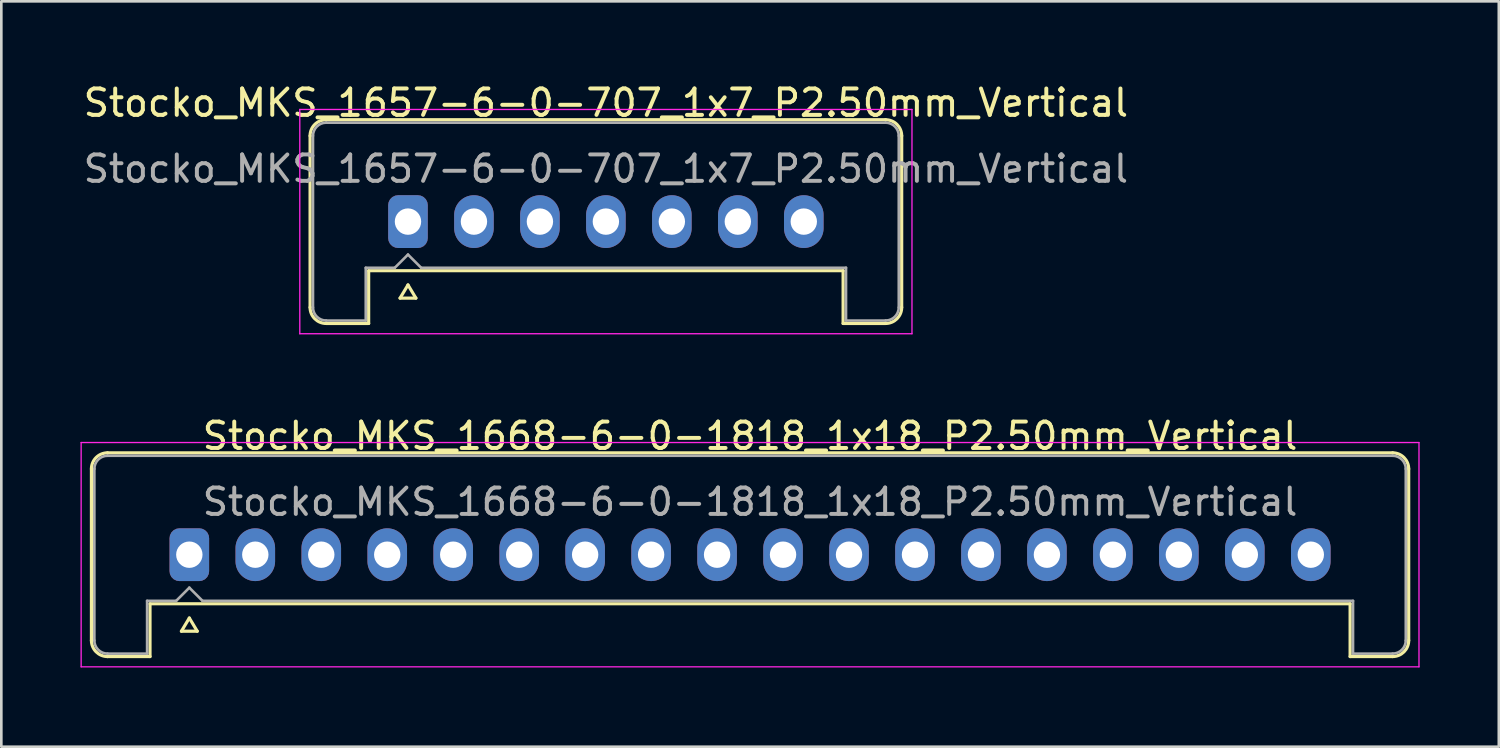
<source format=kicad_pcb>
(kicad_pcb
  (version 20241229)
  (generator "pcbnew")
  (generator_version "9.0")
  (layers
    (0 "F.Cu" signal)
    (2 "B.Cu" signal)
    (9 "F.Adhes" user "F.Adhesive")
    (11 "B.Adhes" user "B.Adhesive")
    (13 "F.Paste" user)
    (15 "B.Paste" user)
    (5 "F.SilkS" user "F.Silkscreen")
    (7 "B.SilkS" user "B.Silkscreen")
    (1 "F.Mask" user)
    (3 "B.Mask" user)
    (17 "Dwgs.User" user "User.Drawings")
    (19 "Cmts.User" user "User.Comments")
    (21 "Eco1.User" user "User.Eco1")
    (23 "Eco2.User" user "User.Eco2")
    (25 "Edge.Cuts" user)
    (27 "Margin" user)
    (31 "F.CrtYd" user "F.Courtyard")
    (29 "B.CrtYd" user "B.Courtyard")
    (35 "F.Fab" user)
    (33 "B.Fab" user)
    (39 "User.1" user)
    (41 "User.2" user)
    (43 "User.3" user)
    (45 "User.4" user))
  (footprint "Stocko_MKS_1668-6-0-1818_1x18_P2.50mm_Vertical"
    (layer "F.Cu")
    (at 4.125 17.971)
    (property "Reference" "Stocko_MKS_1668-6-0-1818_1x18_P2.50mm_Vertical" (at 21.25 -4.5 0) (layer "F.SilkS") (effects (font (size 1 1) (thickness 0.15))))
    (attr through_hole)
    (fp_line (start -3.71 -3.25) (end -3.71 3.25) (stroke (width 0.12) (type solid)) (layer "F.SilkS"))
    (fp_line (start -3.1 -3.86) (end 45.6 -3.86) (stroke (width 0.12) (type solid)) (layer "F.SilkS"))
    (fp_line (start -3.1 3.86) (end -1.49 3.86) (stroke (width 0.12) (type solid)) (layer "F.SilkS"))
    (fp_line (start -1.49 1.86) (end 43.99 1.86) (stroke (width 0.12) (type solid)) (layer "F.SilkS"))
    (fp_line (start -1.49 3.86) (end -1.49 1.86) (stroke (width 0.12) (type solid)) (layer "F.SilkS"))
    (fp_line (start -0.3 2.9) (end 0.3 2.9) (stroke (width 0.12) (type solid)) (layer "F.SilkS"))
    (fp_line (start 0 2.4) (end -0.3 2.9) (stroke (width 0.12) (type solid)) (layer "F.SilkS"))
    (fp_line (start 0.3 2.9) (end 0 2.4) (stroke (width 0.12) (type solid)) (layer "F.SilkS"))
    (fp_line (start 43.99 3.86) (end 43.99 1.86) (stroke (width 0.12) (type solid)) (layer "F.SilkS"))
    (fp_line (start 45.6 3.86) (end 43.99 3.86) (stroke (width 0.12) (type solid)) (layer "F.SilkS"))
    (fp_line (start 46.21 -3.25) (end 46.21 3.25) (stroke (width 0.12) (type solid)) (layer "F.SilkS"))
    (fp_arc (start -3.71 -3.25) (mid -3.531335 -3.681335) (end -3.1 -3.86) (stroke (width 0.12) (type solid)) (layer "F.SilkS"))
    (fp_arc (start -3.1 3.86) (mid -3.531335 3.681335) (end -3.71 3.25) (stroke (width 0.12) (type solid)) (layer "F.SilkS"))
    (fp_arc (start 45.6 -3.86) (mid 46.031335 -3.681335) (end 46.21 -3.25) (stroke (width 0.12) (type solid)) (layer "F.SilkS"))
    (fp_arc (start 46.21 3.25) (mid 46.031335 3.681335) (end 45.6 3.86) (stroke (width 0.12) (type solid)) (layer "F.SilkS"))
    (fp_line (start -4.1 -4.25) (end -4.1 4.25) (stroke (width 0.05) (type solid)) (layer "F.CrtYd"))
    (fp_line (start -4.1 4.25) (end 46.6 4.25) (stroke (width 0.05) (type solid)) (layer "F.CrtYd"))
    (fp_line (start 46.6 -4.25) (end -4.1 -4.25) (stroke (width 0.05) (type solid)) (layer "F.CrtYd"))
    (fp_line (start 46.6 4.25) (end 46.6 -4.25) (stroke (width 0.05) (type solid)) (layer "F.CrtYd"))
    (fp_line (start -3.6 -3.25) (end -3.6 3.25) (stroke (width 0.1) (type solid)) (layer "F.Fab"))
    (fp_line (start -3.1 -3.75) (end 45.6 -3.75) (stroke (width 0.1) (type solid)) (layer "F.Fab"))
    (fp_line (start -3.1 3.75) (end -1.6 3.75) (stroke (width 0.1) (type solid)) (layer "F.Fab"))
    (fp_line (start -1.6 1.75) (end -0.5 1.75) (stroke (width 0.1) (type solid)) (layer "F.Fab"))
    (fp_line (start -1.6 3.75) (end -1.6 1.75) (stroke (width 0.1) (type solid)) (layer "F.Fab"))
    (fp_line (start -0.5 1.75) (end 0 1.25) (stroke (width 0.1) (type solid)) (layer "F.Fab"))
    (fp_line (start 0 1.25) (end 0.5 1.75) (stroke (width 0.1) (type solid)) (layer "F.Fab"))
    (fp_line (start 0.5 1.75) (end 44.1 1.75) (stroke (width 0.1) (type solid)) (layer "F.Fab"))
    (fp_line (start 44.1 3.75) (end 44.1 1.75) (stroke (width 0.1) (type solid)) (layer "F.Fab"))
    (fp_line (start 45.6 3.75) (end 44.1 3.75) (stroke (width 0.1) (type solid)) (layer "F.Fab"))
    (fp_line (start 46.1 -3.25) (end 46.1 3.25) (stroke (width 0.1) (type solid)) (layer "F.Fab"))
    (fp_arc (start -3.6 -3.25) (mid -3.453553 -3.603553) (end -3.1 -3.75) (stroke (width 0.1) (type solid)) (layer "F.Fab"))
    (fp_arc (start -3.1 3.75) (mid -3.453553 3.603553) (end -3.6 3.25) (stroke (width 0.1) (type solid)) (layer "F.Fab"))
    (fp_arc (start 45.6 -3.75) (mid 45.953553 -3.603553) (end 46.1 -3.25) (stroke (width 0.1) (type solid)) (layer "F.Fab"))
    (fp_arc (start 46.1 3.25) (mid 45.953553 3.603553) (end 45.6 3.75) (stroke (width 0.1) (type solid)) (layer "F.Fab"))
    (fp_text user "${REFERENCE}" (at 21.25 -2 0) (layer "F.Fab") (effects (font (size 1 1) (thickness 0.15))))
    (pad "1" thru_hole roundrect (at 0 0) (size 1.5 2) (drill 1) (layers "*.Cu" "*.Mask") (roundrect_rratio 0.25))
    (pad "2" thru_hole oval (at 2.5 0) (size 1.5 2) (drill 1) (layers "*.Cu" "*.Mask"))
    (pad "3" thru_hole oval (at 5 0) (size 1.5 2) (drill 1) (layers "*.Cu" "*.Mask"))
    (pad "4" thru_hole oval (at 7.5 0) (size 1.5 2) (drill 1) (layers "*.Cu" "*.Mask"))
    (pad "5" thru_hole oval (at 10 0) (size 1.5 2) (drill 1) (layers "*.Cu" "*.Mask"))
    (pad "6" thru_hole oval (at 12.5 0) (size 1.5 2) (drill 1) (layers "*.Cu" "*.Mask"))
    (pad "7" thru_hole oval (at 15 0) (size 1.5 2) (drill 1) (layers "*.Cu" "*.Mask"))
    (pad "8" thru_hole oval (at 17.5 0) (size 1.5 2) (drill 1) (layers "*.Cu" "*.Mask"))
    (pad "9" thru_hole oval (at 20 0) (size 1.5 2) (drill 1) (layers "*.Cu" "*.Mask"))
    (pad "10" thru_hole oval (at 22.5 0) (size 1.5 2) (drill 1) (layers "*.Cu" "*.Mask"))
    (pad "11" thru_hole oval (at 25 0) (size 1.5 2) (drill 1) (layers "*.Cu" "*.Mask"))
    (pad "12" thru_hole oval (at 27.5 0) (size 1.5 2) (drill 1) (layers "*.Cu" "*.Mask"))
    (pad "13" thru_hole oval (at 30 0) (size 1.5 2) (drill 1) (layers "*.Cu" "*.Mask"))
    (pad "14" thru_hole oval (at 32.5 0) (size 1.5 2) (drill 1) (layers "*.Cu" "*.Mask"))
    (pad "15" thru_hole oval (at 35 0) (size 1.5 2) (drill 1) (layers "*.Cu" "*.Mask"))
    (pad "16" thru_hole oval (at 37.5 0) (size 1.5 2) (drill 1) (layers "*.Cu" "*.Mask"))
    (pad "17" thru_hole oval (at 40 0) (size 1.5 2) (drill 1) (layers "*.Cu" "*.Mask"))
    (pad "18" thru_hole oval (at 42.5 0) (size 1.5 2) (drill 1) (layers "*.Cu" "*.Mask")))
  (footprint "Stocko_MKS_1657-6-0-707_1x7_P2.50mm_Vertical"
    (layer "F.Cu")
    (at 12.411 5.348)
    (property "Reference" "Stocko_MKS_1657-6-0-707_1x7_P2.50mm_Vertical" (at 7.5 -4.5 0) (layer "F.SilkS") (effects (font (size 1 1) (thickness 0.15))))
    (attr through_hole)
    (fp_line (start -3.71 -3.25) (end -3.71 3.25) (stroke (width 0.12) (type solid)) (layer "F.SilkS"))
    (fp_line (start -3.1 -3.86) (end 18.1 -3.86) (stroke (width 0.12) (type solid)) (layer "F.SilkS"))
    (fp_line (start -3.1 3.86) (end -1.49 3.86) (stroke (width 0.12) (type solid)) (layer "F.SilkS"))
    (fp_line (start -1.49 1.86) (end 16.49 1.86) (stroke (width 0.12) (type solid)) (layer "F.SilkS"))
    (fp_line (start -1.49 3.86) (end -1.49 1.86) (stroke (width 0.12) (type solid)) (layer "F.SilkS"))
    (fp_line (start -0.3 2.9) (end 0.3 2.9) (stroke (width 0.12) (type solid)) (layer "F.SilkS"))
    (fp_line (start 0 2.4) (end -0.3 2.9) (stroke (width 0.12) (type solid)) (layer "F.SilkS"))
    (fp_line (start 0.3 2.9) (end 0 2.4) (stroke (width 0.12) (type solid)) (layer "F.SilkS"))
    (fp_line (start 16.49 3.86) (end 16.49 1.86) (stroke (width 0.12) (type solid)) (layer "F.SilkS"))
    (fp_line (start 18.1 3.86) (end 16.49 3.86) (stroke (width 0.12) (type solid)) (layer "F.SilkS"))
    (fp_line (start 18.71 -3.25) (end 18.71 3.25) (stroke (width 0.12) (type solid)) (layer "F.SilkS"))
    (fp_arc (start -3.71 -3.25) (mid -3.531335 -3.681335) (end -3.1 -3.86) (stroke (width 0.12) (type solid)) (layer "F.SilkS"))
    (fp_arc (start -3.1 3.86) (mid -3.531335 3.681335) (end -3.71 3.25) (stroke (width 0.12) (type solid)) (layer "F.SilkS"))
    (fp_arc (start 18.1 -3.86) (mid 18.531335 -3.681335) (end 18.71 -3.25) (stroke (width 0.12) (type solid)) (layer "F.SilkS"))
    (fp_arc (start 18.71 3.25) (mid 18.531335 3.681335) (end 18.1 3.86) (stroke (width 0.12) (type solid)) (layer "F.SilkS"))
    (fp_line (start -4.1 -4.25) (end -4.1 4.25) (stroke (width 0.05) (type solid)) (layer "F.CrtYd"))
    (fp_line (start -4.1 4.25) (end 19.1 4.25) (stroke (width 0.05) (type solid)) (layer "F.CrtYd"))
    (fp_line (start 19.1 -4.25) (end -4.1 -4.25) (stroke (width 0.05) (type solid)) (layer "F.CrtYd"))
    (fp_line (start 19.1 4.25) (end 19.1 -4.25) (stroke (width 0.05) (type solid)) (layer "F.CrtYd"))
    (fp_line (start -3.6 -3.25) (end -3.6 3.25) (stroke (width 0.1) (type solid)) (layer "F.Fab"))
    (fp_line (start -3.1 -3.75) (end 18.1 -3.75) (stroke (width 0.1) (type solid)) (layer "F.Fab"))
    (fp_line (start -3.1 3.75) (end -1.6 3.75) (stroke (width 0.1) (type solid)) (layer "F.Fab"))
    (fp_line (start -1.6 1.75) (end -0.5 1.75) (stroke (width 0.1) (type solid)) (layer "F.Fab"))
    (fp_line (start -1.6 3.75) (end -1.6 1.75) (stroke (width 0.1) (type solid)) (layer "F.Fab"))
    (fp_line (start -0.5 1.75) (end 0 1.25) (stroke (width 0.1) (type solid)) (layer "F.Fab"))
    (fp_line (start 0 1.25) (end 0.5 1.75) (stroke (width 0.1) (type solid)) (layer "F.Fab"))
    (fp_line (start 0.5 1.75) (end 16.6 1.75) (stroke (width 0.1) (type solid)) (layer "F.Fab"))
    (fp_line (start 16.6 3.75) (end 16.6 1.75) (stroke (width 0.1) (type solid)) (layer "F.Fab"))
    (fp_line (start 18.1 3.75) (end 16.6 3.75) (stroke (width 0.1) (type solid)) (layer "F.Fab"))
    (fp_line (start 18.6 -3.25) (end 18.6 3.25) (stroke (width 0.1) (type solid)) (layer "F.Fab"))
    (fp_arc (start -3.6 -3.25) (mid -3.453553 -3.603553) (end -3.1 -3.75) (stroke (width 0.1) (type solid)) (layer "F.Fab"))
    (fp_arc (start -3.1 3.75) (mid -3.453553 3.603553) (end -3.6 3.25) (stroke (width 0.1) (type solid)) (layer "F.Fab"))
    (fp_arc (start 18.1 -3.75) (mid 18.453553 -3.603553) (end 18.6 -3.25) (stroke (width 0.1) (type solid)) (layer "F.Fab"))
    (fp_arc (start 18.6 3.25) (mid 18.453553 3.603553) (end 18.1 3.75) (stroke (width 0.1) (type solid)) (layer "F.Fab"))
    (fp_text user "${REFERENCE}" (at 7.5 -2 0) (layer "F.Fab") (effects (font (size 1 1) (thickness 0.15))))
    (pad "1" thru_hole roundrect (at 0 0) (size 1.5 2) (drill 1) (layers "*.Cu" "*.Mask") (roundrect_rratio 0.25))
    (pad "2" thru_hole oval (at 2.5 0) (size 1.5 2) (drill 1) (layers "*.Cu" "*.Mask"))
    (pad "3" thru_hole oval (at 5 0) (size 1.5 2) (drill 1) (layers "*.Cu" "*.Mask"))
    (pad "4" thru_hole oval (at 7.5 0) (size 1.5 2) (drill 1) (layers "*.Cu" "*.Mask"))
    (pad "5" thru_hole oval (at 10 0) (size 1.5 2) (drill 1) (layers "*.Cu" "*.Mask"))
    (pad "6" thru_hole oval (at 12.5 0) (size 1.5 2) (drill 1) (layers "*.Cu" "*.Mask"))
    (pad "7" thru_hole oval (at 15 0) (size 1.5 2) (drill 1) (layers "*.Cu" "*.Mask")))
  (gr_rect
    (start -3 -3)
    (end 53.75 25.247)
    (stroke (width 0.1) (type default))
    (fill no)
    (layer "Edge.Cuts")))
</source>
